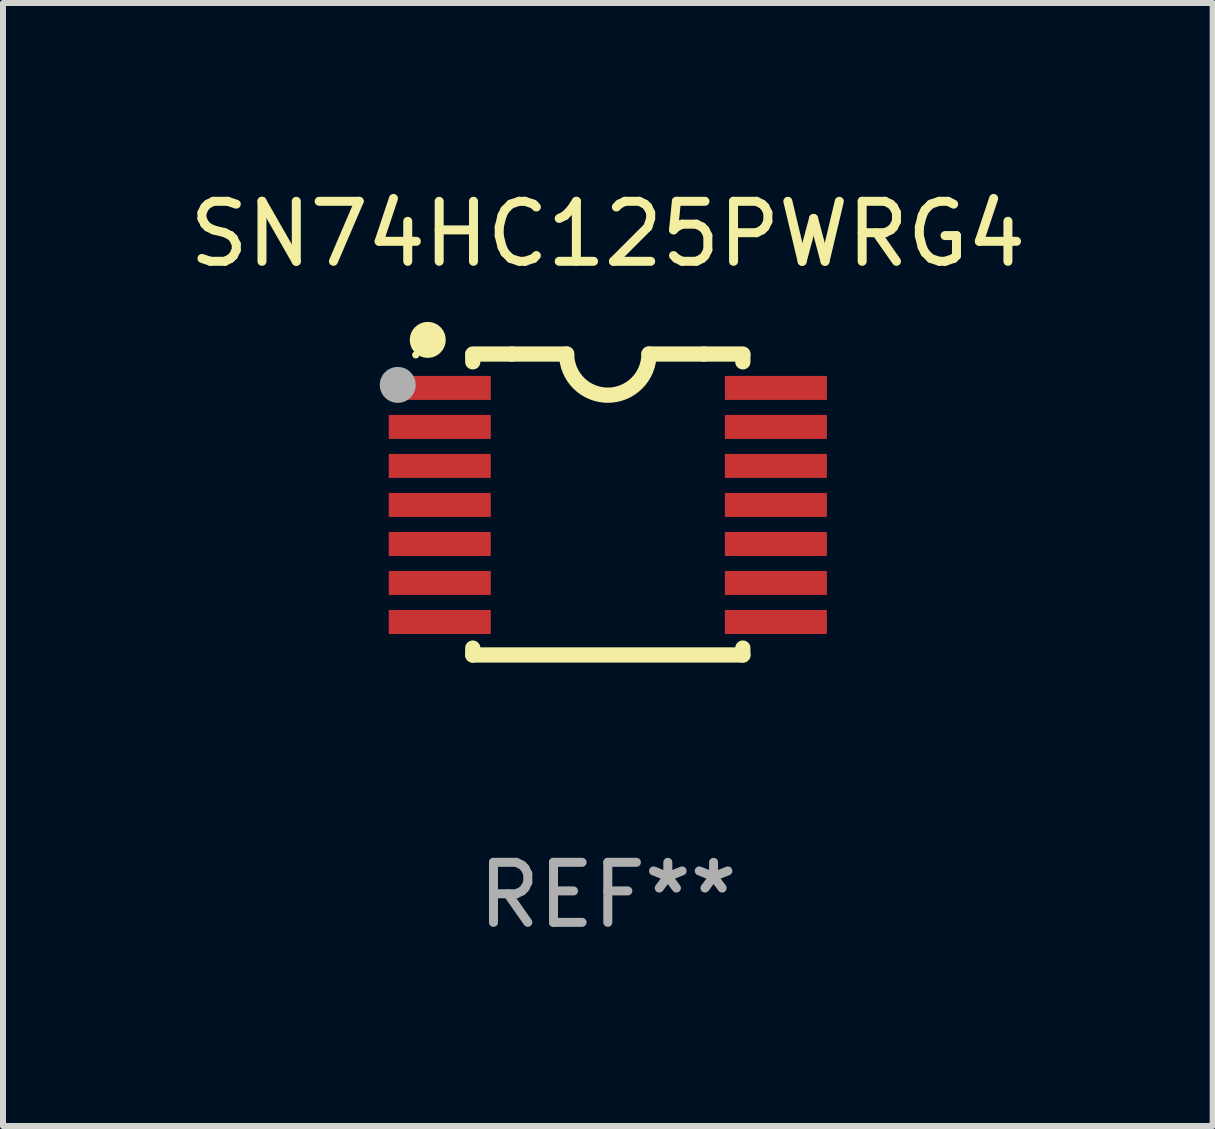
<source format=kicad_pcb>
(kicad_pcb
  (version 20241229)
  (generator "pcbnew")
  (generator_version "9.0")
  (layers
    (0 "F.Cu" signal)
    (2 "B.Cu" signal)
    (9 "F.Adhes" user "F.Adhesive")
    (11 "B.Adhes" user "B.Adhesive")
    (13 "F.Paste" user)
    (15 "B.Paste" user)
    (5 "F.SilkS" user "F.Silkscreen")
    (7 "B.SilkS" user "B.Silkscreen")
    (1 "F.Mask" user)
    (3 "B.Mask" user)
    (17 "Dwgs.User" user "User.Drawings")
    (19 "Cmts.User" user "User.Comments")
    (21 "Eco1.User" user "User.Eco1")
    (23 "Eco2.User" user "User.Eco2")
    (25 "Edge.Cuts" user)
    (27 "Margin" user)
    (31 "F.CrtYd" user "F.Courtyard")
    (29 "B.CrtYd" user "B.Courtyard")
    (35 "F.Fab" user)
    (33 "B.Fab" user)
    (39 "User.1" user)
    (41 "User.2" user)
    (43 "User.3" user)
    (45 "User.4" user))
  (footprint "SN74HC125PWRG4"
    (layer "F.Cu")
    (at 7.077 5.356)
    (property "Reference" "SN74HC125PWRG4" (at 0 -4.507 0) (layer "F.SilkS") (effects (font (size 1 1) (thickness 0.15))))
    (attr through_hole)
    (fp_line (start -2.25 -2.377) (end -2.25 -2.493) (stroke (width 0.254) (type solid)) (layer "F.SilkS"))
    (fp_line (start -2.25 2.507) (end -2.25 2.392) (stroke (width 0.254) (type solid)) (layer "F.SilkS"))
    (fp_line (start -1.6 -2.507) (end -2.25 -2.507) (stroke (width 0.254) (type solid)) (layer "F.SilkS"))
    (fp_line (start -1.6 -2.507) (end -0.686 -2.507) (stroke (width 0.254) (type solid)) (layer "F.SilkS"))
    (fp_line (start 0.686 -2.507) (end 1.6 -2.507) (stroke (width 0.254) (type solid)) (layer "F.SilkS"))
    (fp_line (start 1.6 -2.507) (end 2.25 -2.507) (stroke (width 0.254) (type solid)) (layer "F.SilkS"))
    (fp_line (start 2.25 -2.493) (end 2.25 -2.377) (stroke (width 0.254) (type solid)) (layer "F.SilkS"))
    (fp_line (start 2.25 2.392) (end 2.25 2.507) (stroke (width 0.254) (type solid)) (layer "F.SilkS"))
    (fp_line (start 2.25 2.507) (end -2.25 2.507) (stroke (width 0.254) (type solid)) (layer "F.SilkS"))
    (fp_arc (start 0.685852 -2.507303) (mid 0.000051 -1.821502) (end -0.68575 -2.507303) (stroke (width 0.254001) (type solid)) (layer "F.SilkS"))
    (fp_circle (center -3.2 -2.493) (end -3.17 -2.493) (stroke (width 0.06) (type solid)) (fill no) (layer "F.SilkS"))
    (fp_circle (center -3 -2.743) (end -2.85 -2.743) (stroke (width 0.3) (type solid)) (fill no) (layer "F.SilkS"))
    (fp_circle (center -3.5 -1.993) (end -3.35 -1.993) (stroke (width 0.3) (type solid)) (fill no) (layer "F.Fab"))
    (fp_text user "REF**" (at 0 6.507 0) (layer "F.Fab") (effects (font (size 1 1) (thickness 0.15))))
    (pad "1" smd rect (at -2.8 -1.943) (size 1.7 0.4) (layers "F.Cu" "F.Mask" "F.Paste"))
    (pad "2" smd rect (at -2.8 -1.293) (size 1.7 0.4) (layers "F.Cu" "F.Mask" "F.Paste"))
    (pad "3" smd rect (at -2.8 -0.643) (size 1.7 0.4) (layers "F.Cu" "F.Mask" "F.Paste"))
    (pad "4" smd rect (at -2.8 0.007) (size 1.7 0.4) (layers "F.Cu" "F.Mask" "F.Paste"))
    (pad "5" smd rect (at -2.8 0.657) (size 1.7 0.4) (layers "F.Cu" "F.Mask" "F.Paste"))
    (pad "6" smd rect (at -2.8 1.307) (size 1.7 0.4) (layers "F.Cu" "F.Mask" "F.Paste"))
    (pad "7" smd rect (at -2.8 1.957) (size 1.7 0.4) (layers "F.Cu" "F.Mask" "F.Paste"))
    (pad "8" smd rect (at 2.8 1.957) (size 1.7 0.4) (layers "F.Cu" "F.Mask" "F.Paste"))
    (pad "9" smd rect (at 2.8 1.307) (size 1.7 0.4) (layers "F.Cu" "F.Mask" "F.Paste"))
    (pad "10" smd rect (at 2.8 0.657) (size 1.7 0.4) (layers "F.Cu" "F.Mask" "F.Paste"))
    (pad "11" smd rect (at 2.8 0.007) (size 1.7 0.4) (layers "F.Cu" "F.Mask" "F.Paste"))
    (pad "12" smd rect (at 2.8 -0.643) (size 1.7 0.4) (layers "F.Cu" "F.Mask" "F.Paste"))
    (pad "13" smd rect (at 2.8 -1.293) (size 1.7 0.4) (layers "F.Cu" "F.Mask" "F.Paste"))
    (pad "14" smd rect (at 2.8 -1.943) (size 1.7 0.4) (layers "F.Cu" "F.Mask" "F.Paste")))
  (gr_rect
    (start -3 -3)
    (end 17.155 15.711)
    (stroke (width 0.1) (type default))
    (fill no)
    (layer "Edge.Cuts")))
</source>
